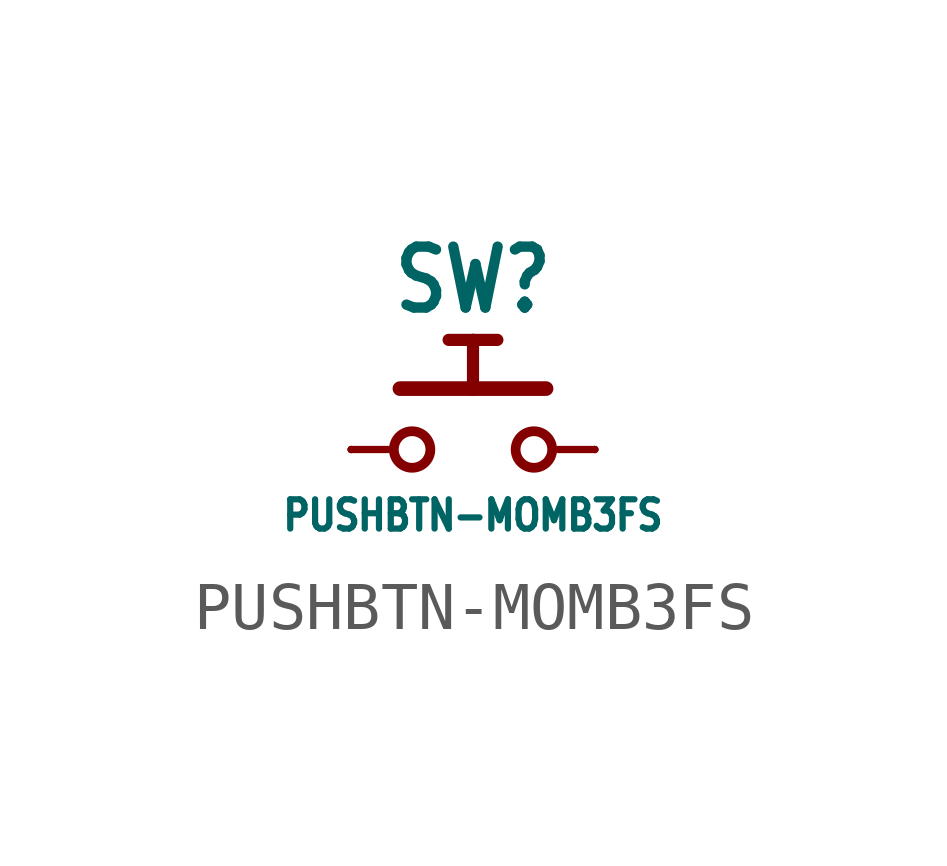
<source format=kicad_sym>
(kicad_symbol_lib
  (version 20211014)
  (generator kicad_symbol_editor)
  (symbol "PUSHBTN-MOMB3FS"
    (property "Reference" "SW"
      (at 0 2.794 0)
      (effects (font (size 1.27 1.079) bold) (justify bottom)))
    (property "Value" "PUSHBTN-MOMB3FS"
      (at 0 -1.016 0)
      (effects (font (size 0.61 0.518)) (justify top)))
    (property "ki_locked" ""
      (at 0 0 0)
      (effects (font (size 1.27 1.27))))
    (symbol "PUSHBTN-MOMB3FS_1_0"
      (circle (center -1.27 0) (radius 0.381) (stroke (width 0.203) (type default) (color 0 0 0 0)) (fill (type none)))
      (polyline (pts (xy -1.778 0) (xy -2.54 0)) (stroke (width 0.152) (type default) (color 0 0 0 0)) (fill (type none)))
      (polyline (pts (xy -1.524 1.27) (xy 0 1.27)) (stroke (width 0.305) (type default) (color 0 0 0 0)) (fill (type none)))
      (polyline (pts (xy 0 1.27) (xy 0 2.286)) (stroke (width 0.254) (type default) (color 0 0 0 0)) (fill (type none)))
      (polyline (pts (xy 0 1.27) (xy 1.524 1.27)) (stroke (width 0.305) (type default) (color 0 0 0 0)) (fill (type none)))
      (polyline (pts (xy 0 2.286) (xy -0.508 2.286)) (stroke (width 0.254) (type default) (color 0 0 0 0)) (fill (type none)))
      (polyline (pts (xy 0 2.286) (xy 0.508 2.286)) (stroke (width 0.254) (type default) (color 0 0 0 0)) (fill (type none)))
      (polyline (pts (xy 1.778 0) (xy 2.54 0)) (stroke (width 0.152) (type default) (color 0 0 0 0)) (fill (type none)))
      (circle (center 1.27 0) (radius 0.381) (stroke (width 0.203) (type default) (color 0 0 0 0)) (fill (type none)))
      (pin passive line (at -2.54 0 0) (length 0) (name "1" (effects (font (size 0 0)))) (number "1" (effects (font (size 0 0)))))
      (pin passive line (at -2.54 0 0) (length 0) (name "1" (effects (font (size 0 0)))) (number "2" (effects (font (size 0 0)))))
      (pin passive line (at 2.54 0 180) (length 0) (name "2" (effects (font (size 0 0)))) (number "3" (effects (font (size 0 0)))))
      (pin passive line (at 2.54 0 180) (length 0) (name "2" (effects (font (size 0 0)))) (number "4" (effects (font (size 0 0))))))))
</source>
